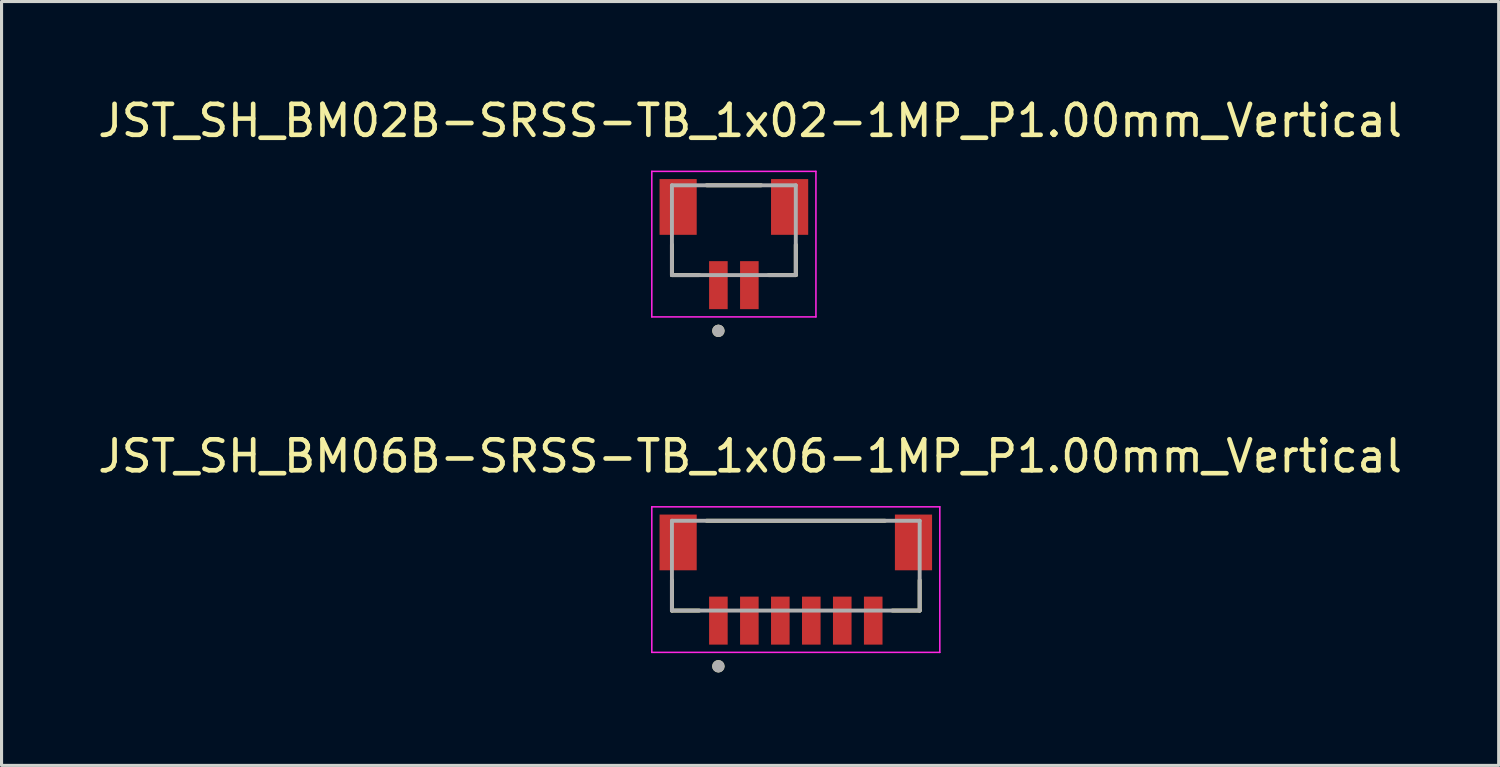
<source format=kicad_pcb>
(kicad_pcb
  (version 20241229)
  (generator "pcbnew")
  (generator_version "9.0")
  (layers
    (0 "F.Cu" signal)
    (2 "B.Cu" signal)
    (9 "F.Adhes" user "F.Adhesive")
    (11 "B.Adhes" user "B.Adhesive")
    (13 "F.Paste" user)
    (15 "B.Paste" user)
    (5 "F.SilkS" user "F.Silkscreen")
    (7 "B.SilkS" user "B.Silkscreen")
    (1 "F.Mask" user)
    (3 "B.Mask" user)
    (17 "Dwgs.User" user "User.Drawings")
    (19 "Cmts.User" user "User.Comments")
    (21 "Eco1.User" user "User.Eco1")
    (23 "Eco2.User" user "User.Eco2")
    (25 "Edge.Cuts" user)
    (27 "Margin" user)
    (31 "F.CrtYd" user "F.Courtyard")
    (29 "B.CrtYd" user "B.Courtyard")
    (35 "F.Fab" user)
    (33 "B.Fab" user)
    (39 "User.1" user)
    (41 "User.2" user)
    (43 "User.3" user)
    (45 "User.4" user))
  (footprint "JST_SH_BM06B-SRSS-TB_1x06-1MP_P1.00mm_Vertical"
    (layer "F.Cu")
    (at 22.648 15.216)
    (property "Reference" "JST_SH_BM06B-SRSS-TB_1x06-1MP_P1.00mm_Vertical" (at -1.475 -3.535 0) (layer "F.SilkS") (effects (font (size 1 1) (thickness 0.15))))
    (attr smd)
    (fp_line (start -4 1.45) (end -4 0.47) (stroke (width 0.127) (type solid)) (layer "F.SilkS"))
    (fp_line (start -3.12 1.45) (end -4 1.45) (stroke (width 0.127) (type solid)) (layer "F.SilkS"))
    (fp_line (start -2.88 -1.45) (end 2.88 -1.45) (stroke (width 0.127) (type solid)) (layer "F.SilkS"))
    (fp_line (start 4 1.45) (end 3.12 1.45) (stroke (width 0.127) (type solid)) (layer "F.SilkS"))
    (fp_line (start 4 1.45) (end 4 0.47) (stroke (width 0.127) (type solid)) (layer "F.SilkS"))
    (fp_circle (center -2.5 3.25) (end -2.4 3.25) (stroke (width 0.2) (type solid)) (fill no) (layer "F.SilkS"))
    (fp_line (start -4.65 -1.9) (end -4.65 2.8) (stroke (width 0.05) (type solid)) (layer "F.CrtYd"))
    (fp_line (start -4.65 2.8) (end 4.65 2.8) (stroke (width 0.05) (type solid)) (layer "F.CrtYd"))
    (fp_line (start 4.65 -1.9) (end -4.65 -1.9) (stroke (width 0.05) (type solid)) (layer "F.CrtYd"))
    (fp_line (start 4.65 2.8) (end 4.65 -1.9) (stroke (width 0.05) (type solid)) (layer "F.CrtYd"))
    (fp_line (start -4 -1.45) (end 4 -1.45) (stroke (width 0.127) (type solid)) (layer "F.Fab"))
    (fp_line (start -4 1.45) (end -4 -1.45) (stroke (width 0.127) (type solid)) (layer "F.Fab"))
    (fp_line (start 4 -1.45) (end 4 1.45) (stroke (width 0.127) (type solid)) (layer "F.Fab"))
    (fp_line (start 4 1.45) (end -4 1.45) (stroke (width 0.127) (type solid)) (layer "F.Fab"))
    (fp_circle (center -2.5 3.25) (end -2.4 3.25) (stroke (width 0.2) (type solid)) (fill no) (layer "F.Fab"))
    (pad "1" smd rect (at -2.5 1.775) (size 0.6 1.55) (layers "F.Cu" "F.Mask" "F.Paste"))
    (pad "2" smd rect (at -1.5 1.775) (size 0.6 1.55) (layers "F.Cu" "F.Mask" "F.Paste"))
    (pad "3" smd rect (at -0.5 1.775) (size 0.6 1.55) (layers "F.Cu" "F.Mask" "F.Paste"))
    (pad "4" smd rect (at 0.5 1.775) (size 0.6 1.55) (layers "F.Cu" "F.Mask" "F.Paste"))
    (pad "5" smd rect (at 1.5 1.775) (size 0.6 1.55) (layers "F.Cu" "F.Mask" "F.Paste"))
    (pad "6" smd rect (at 2.5 1.775) (size 0.6 1.55) (layers "F.Cu" "F.Mask" "F.Paste"))
    (pad "MP" smd rect (at -3.8 -0.75) (size 1.2 1.8) (layers "F.Cu" "F.Mask" "F.Paste"))
    (pad "MP" smd rect (at 3.8 -0.75) (size 1.2 1.8) (layers "F.Cu" "F.Mask" "F.Paste")))
  (footprint "JST_SH_BM02B-SRSS-TB_1x02-1MP_P1.00mm_Vertical"
    (layer "F.Cu")
    (at 20.648 4.383)
    (property "Reference" "JST_SH_BM02B-SRSS-TB_1x02-1MP_P1.00mm_Vertical" (at 0.525 -3.535 0) (layer "F.SilkS") (effects (font (size 1 1) (thickness 0.15))))
    (attr smd)
    (fp_line (start -2 1.45) (end -2 0.47) (stroke (width 0.127) (type solid)) (layer "F.SilkS"))
    (fp_line (start -1.12 1.45) (end -2 1.45) (stroke (width 0.127) (type solid)) (layer "F.SilkS"))
    (fp_line (start -0.88 -1.45) (end 0.88 -1.45) (stroke (width 0.127) (type solid)) (layer "F.SilkS"))
    (fp_line (start 2 1.45) (end 1.12 1.45) (stroke (width 0.127) (type solid)) (layer "F.SilkS"))
    (fp_line (start 2 1.45) (end 2 0.47) (stroke (width 0.127) (type solid)) (layer "F.SilkS"))
    (fp_circle (center -0.5 3.25) (end -0.4 3.25) (stroke (width 0.2) (type solid)) (fill no) (layer "F.SilkS"))
    (fp_line (start -2.65 -1.9) (end -2.65 2.8) (stroke (width 0.05) (type solid)) (layer "F.CrtYd"))
    (fp_line (start -2.65 2.8) (end 2.65 2.8) (stroke (width 0.05) (type solid)) (layer "F.CrtYd"))
    (fp_line (start 2.65 -1.9) (end -2.65 -1.9) (stroke (width 0.05) (type solid)) (layer "F.CrtYd"))
    (fp_line (start 2.65 2.8) (end 2.65 -1.9) (stroke (width 0.05) (type solid)) (layer "F.CrtYd"))
    (fp_line (start -2 -1.45) (end 2 -1.45) (stroke (width 0.127) (type solid)) (layer "F.Fab"))
    (fp_line (start -2 1.45) (end -2 -1.45) (stroke (width 0.127) (type solid)) (layer "F.Fab"))
    (fp_line (start 2 -1.45) (end 2 1.45) (stroke (width 0.127) (type solid)) (layer "F.Fab"))
    (fp_line (start 2 1.45) (end -2 1.45) (stroke (width 0.127) (type solid)) (layer "F.Fab"))
    (fp_circle (center -0.5 3.25) (end -0.4 3.25) (stroke (width 0.2) (type solid)) (fill no) (layer "F.Fab"))
    (pad "1" smd rect (at -0.5 1.775) (size 0.6 1.55) (layers "F.Cu" "F.Mask" "F.Paste"))
    (pad "2" smd rect (at 0.5 1.775) (size 0.6 1.55) (layers "F.Cu" "F.Mask" "F.Paste"))
    (pad "MP" smd rect (at -1.8 -0.75) (size 1.2 1.8) (layers "F.Cu" "F.Mask" "F.Paste"))
    (pad "MP" smd rect (at 1.8 -0.75) (size 1.2 1.8) (layers "F.Cu" "F.Mask" "F.Paste")))
  (gr_rect
    (start -3 -3)
    (end 45.345 21.666)
    (stroke (width 0.1) (type default))
    (fill no)
    (layer "Edge.Cuts")))
</source>
